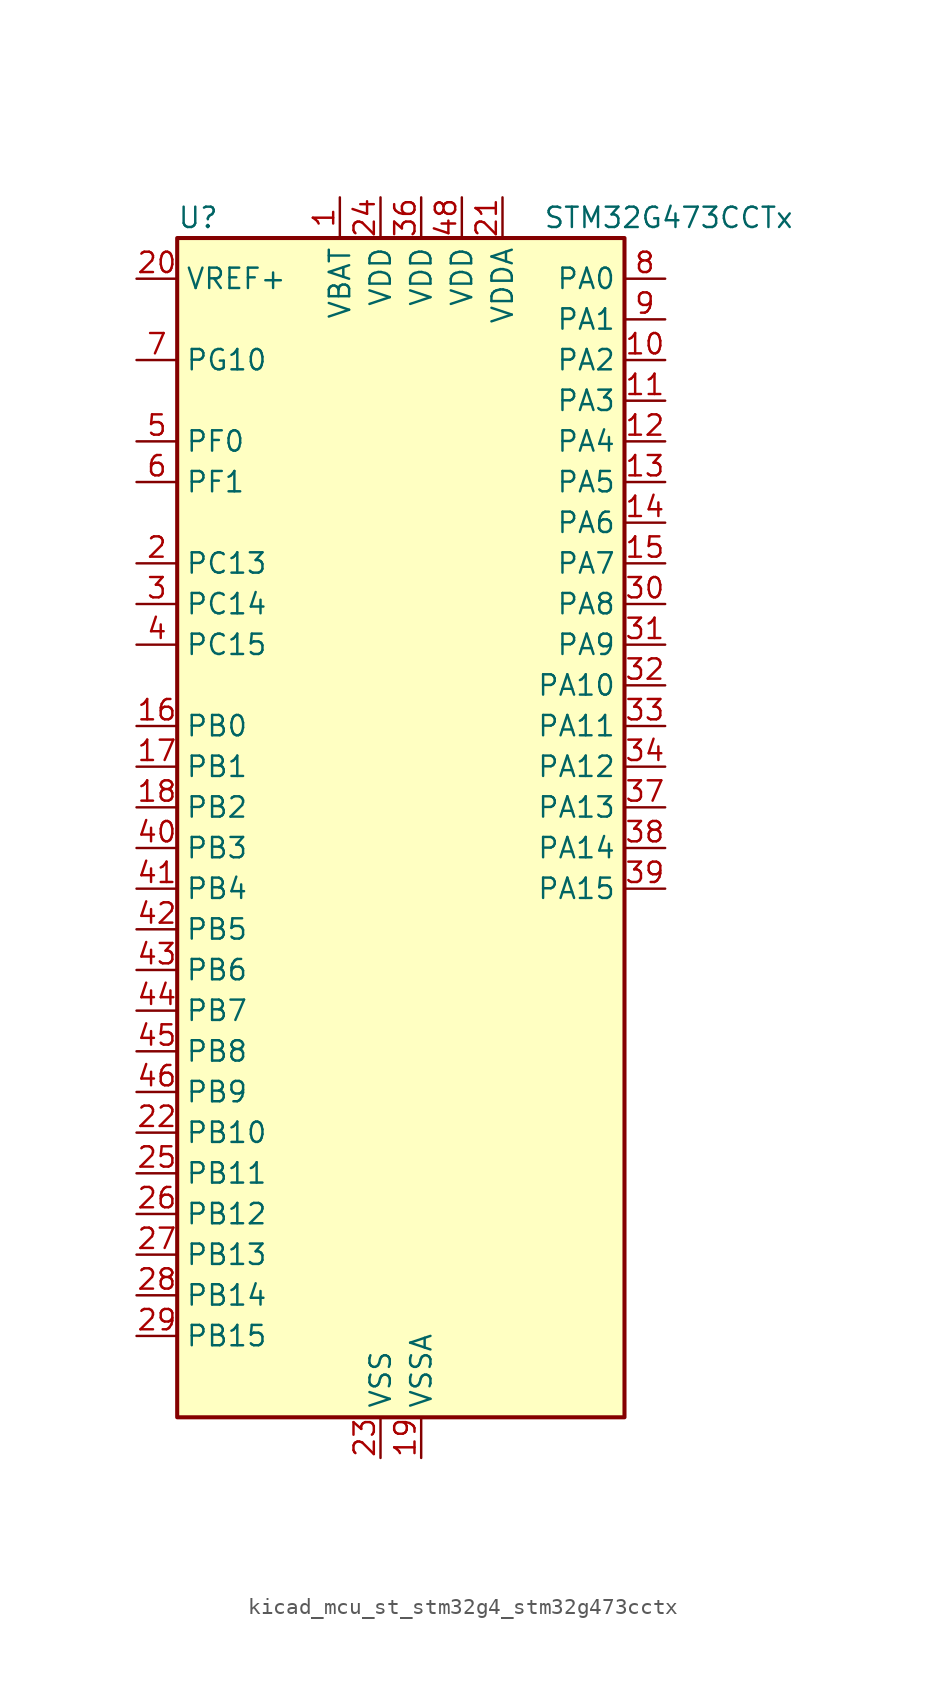
<source format=kicad_sym>
(kicad_symbol_lib
  (version 20220914)
  (generator kicad_symbol_editor)
  (symbol "kicad_mcu_st_stm32g4_stm32g473cctx"
    (property "Reference" "U"
      (at -12.7 39.37 0)
      (effects (font (size 1.27 1.27)) (justify left)))
    (property "Value" "STM32G473CCTx"
      (at 10.16 39.37 0)
      (effects (font (size 1.27 1.27)) (justify left)))
    (property "ki_locked" ""
      (at 0 0 0)
      (effects (font (size 1.27 1.27))))
    (symbol "kicad_mcu_st_stm32g4_stm32g473cctx_0_1"
      (rectangle (start -12.7 -35.56) (end 15.24 38.1) (stroke (width 0.254) (type default)) (fill (type background))))
    (symbol "kicad_mcu_st_stm32g4_stm32g473cctx_1_1"
      (pin power_in line (at -2.54 40.64 270) (length 2.54) (name "VBAT" (effects (font (size 1.27 1.27)))) (number "1" (effects (font (size 1.27 1.27)))))
      (pin bidirectional line (at 17.78 30.48 180) (length 2.54) (name "PA2" (effects (font (size 1.27 1.27)))) (number "10" (effects (font (size 1.27 1.27)))) (alternate "ADC1_IN3" bidirectional line) (alternate "ADC3_EXTI2" bidirectional line) (alternate "ADC4_EXTI2" bidirectional line) (alternate "ADC5_EXTI2" bidirectional line) (alternate "COMP2_INM" bidirectional line) (alternate "COMP2_OUT" bidirectional line) (alternate "LPUART1_TX" bidirectional line) (alternate "OPAMP1_VOUT" bidirectional line) (alternate "QUADSPI1_BK1_NCS" bidirectional line) (alternate "RCC_LSCO" bidirectional line) (alternate "SYS_WKUP4" bidirectional line) (alternate "TIM15_CH1" bidirectional line) (alternate "TIM2_CH3" bidirectional line) (alternate "TIM5_CH3" bidirectional line) (alternate "UCPD1_FRSTX1" bidirectional line) (alternate "UCPD1_FRSTX2" bidirectional line) (alternate "USART2_TX" bidirectional line))
      (pin bidirectional line (at 17.78 27.94 180) (length 2.54) (name "PA3" (effects (font (size 1.27 1.27)))) (number "11" (effects (font (size 1.27 1.27)))) (alternate "ADC1_IN4" bidirectional line) (alternate "ADC3_EXTI3" bidirectional line) (alternate "ADC4_EXTI3" bidirectional line) (alternate "ADC5_EXTI3" bidirectional line) (alternate "COMP2_INP" bidirectional line) (alternate "LPUART1_RX" bidirectional line) (alternate "OPAMP1_VINM" bidirectional line) (alternate "OPAMP1_VINM0" bidirectional line) (alternate "OPAMP1_VINM_SEC" bidirectional line) (alternate "OPAMP1_VINP" bidirectional line) (alternate "OPAMP1_VINP_SEC" bidirectional line) (alternate "OPAMP5_VINM" bidirectional line) (alternate "OPAMP5_VINM1" bidirectional line) (alternate "OPAMP5_VINM_SEC" bidirectional line) (alternate "QUADSPI1_CLK" bidirectional line) (alternate "SAI1_CK1" bidirectional line) (alternate "SAI1_MCLK_A" bidirectional line) (alternate "TIM15_CH2" bidirectional line) (alternate "TIM2_CH4" bidirectional line) (alternate "TIM5_CH4" bidirectional line) (alternate "USART2_RX" bidirectional line))
      (pin bidirectional line (at 17.78 25.4 180) (length 2.54) (name "PA4" (effects (font (size 1.27 1.27)))) (number "12" (effects (font (size 1.27 1.27)))) (alternate "ADC2_IN17" bidirectional line) (alternate "COMP1_INM" bidirectional line) (alternate "DAC1_OUT1" bidirectional line) (alternate "I2S3_WS" bidirectional line) (alternate "SAI1_FS_B" bidirectional line) (alternate "SPI1_NSS" bidirectional line) (alternate "SPI3_NSS" bidirectional line) (alternate "TIM3_CH2" bidirectional line) (alternate "USART2_CK" bidirectional line))
      (pin bidirectional line (at 17.78 22.86 180) (length 2.54) (name "PA5" (effects (font (size 1.27 1.27)))) (number "13" (effects (font (size 1.27 1.27)))) (alternate "ADC2_IN13" bidirectional line) (alternate "COMP2_INM" bidirectional line) (alternate "DAC1_OUT2" bidirectional line) (alternate "OPAMP2_VINM" bidirectional line) (alternate "OPAMP2_VINM0" bidirectional line) (alternate "OPAMP2_VINM_SEC" bidirectional line) (alternate "SPI1_SCK" bidirectional line) (alternate "TIM2_CH1" bidirectional line) (alternate "TIM2_ETR" bidirectional line) (alternate "UCPD1_FRSTX1" bidirectional line) (alternate "UCPD1_FRSTX2" bidirectional line))
      (pin bidirectional line (at 17.78 20.32 180) (length 2.54) (name "PA6" (effects (font (size 1.27 1.27)))) (number "14" (effects (font (size 1.27 1.27)))) (alternate "ADC2_IN3" bidirectional line) (alternate "COMP1_OUT" bidirectional line) (alternate "DAC2_OUT1" bidirectional line) (alternate "LPUART1_CTS" bidirectional line) (alternate "OPAMP2_VOUT" bidirectional line) (alternate "QUADSPI1_BK1_IO3" bidirectional line) (alternate "SPI1_MISO" bidirectional line) (alternate "TIM16_CH1" bidirectional line) (alternate "TIM1_BKIN" bidirectional line) (alternate "TIM3_CH1" bidirectional line) (alternate "TIM8_BKIN" bidirectional line))
      (pin bidirectional line (at 17.78 17.78 180) (length 2.54) (name "PA7" (effects (font (size 1.27 1.27)))) (number "15" (effects (font (size 1.27 1.27)))) (alternate "ADC2_IN4" bidirectional line) (alternate "COMP2_INP" bidirectional line) (alternate "COMP2_OUT" bidirectional line) (alternate "OPAMP1_VINP" bidirectional line) (alternate "OPAMP1_VINP_SEC" bidirectional line) (alternate "OPAMP2_VINP" bidirectional line) (alternate "OPAMP2_VINP_SEC" bidirectional line) (alternate "QUADSPI1_BK1_IO2" bidirectional line) (alternate "SPI1_MOSI" bidirectional line) (alternate "TIM17_CH1" bidirectional line) (alternate "TIM1_CH1N" bidirectional line) (alternate "TIM3_CH2" bidirectional line) (alternate "TIM8_CH1N" bidirectional line) (alternate "UCPD1_FRSTX1" bidirectional line) (alternate "UCPD1_FRSTX2" bidirectional line))
      (pin bidirectional line (at -15.24 7.62 0) (length 2.54) (name "PB0" (effects (font (size 1.27 1.27)))) (number "16" (effects (font (size 1.27 1.27)))) (alternate "ADC1_IN15" bidirectional line) (alternate "ADC3_IN12" bidirectional line) (alternate "COMP4_INP" bidirectional line) (alternate "OPAMP2_VINP" bidirectional line) (alternate "OPAMP2_VINP_SEC" bidirectional line) (alternate "OPAMP3_VINP" bidirectional line) (alternate "OPAMP3_VINP_SEC" bidirectional line) (alternate "QUADSPI1_BK1_IO1" bidirectional line) (alternate "TIM1_CH2N" bidirectional line) (alternate "TIM3_CH3" bidirectional line) (alternate "TIM8_CH2N" bidirectional line) (alternate "UCPD1_FRSTX1" bidirectional line) (alternate "UCPD1_FRSTX2" bidirectional line))
      (pin bidirectional line (at -15.24 5.08 0) (length 2.54) (name "PB1" (effects (font (size 1.27 1.27)))) (number "17" (effects (font (size 1.27 1.27)))) (alternate "ADC1_IN12" bidirectional line) (alternate "ADC3_IN1" bidirectional line) (alternate "COMP1_INP" bidirectional line) (alternate "COMP4_OUT" bidirectional line) (alternate "LPUART1_DE" bidirectional line) (alternate "LPUART1_RTS" bidirectional line) (alternate "OPAMP3_VOUT" bidirectional line) (alternate "OPAMP6_VINM" bidirectional line) (alternate "OPAMP6_VINM1" bidirectional line) (alternate "OPAMP6_VINM_SEC" bidirectional line) (alternate "QUADSPI1_BK1_IO0" bidirectional line) (alternate "TIM1_CH3N" bidirectional line) (alternate "TIM3_CH4" bidirectional line) (alternate "TIM8_CH3N" bidirectional line))
      (pin bidirectional line (at -15.24 2.54 0) (length 2.54) (name "PB2" (effects (font (size 1.27 1.27)))) (number "18" (effects (font (size 1.27 1.27)))) (alternate "ADC2_IN12" bidirectional line) (alternate "ADC3_EXTI2" bidirectional line) (alternate "ADC4_EXTI2" bidirectional line) (alternate "ADC5_EXTI2" bidirectional line) (alternate "COMP4_INM" bidirectional line) (alternate "I2C3_SMBA" bidirectional line) (alternate "LPTIM1_OUT" bidirectional line) (alternate "OPAMP3_VINM" bidirectional line) (alternate "OPAMP3_VINM0" bidirectional line) (alternate "OPAMP3_VINM_SEC" bidirectional line) (alternate "QUADSPI1_BK2_IO1" bidirectional line) (alternate "RTC_OUT2" bidirectional line) (alternate "TIM20_CH1" bidirectional line) (alternate "TIM5_CH1" bidirectional line))
      (pin power_in line (at 2.54 -38.1 90) (length 2.54) (name "VSSA" (effects (font (size 1.27 1.27)))) (number "19" (effects (font (size 1.27 1.27)))))
      (pin bidirectional line (at -15.24 17.78 0) (length 2.54) (name "PC13" (effects (font (size 1.27 1.27)))) (number "2" (effects (font (size 1.27 1.27)))) (alternate "RTC_OUT1" bidirectional line) (alternate "RTC_TAMP1" bidirectional line) (alternate "RTC_TS" bidirectional line) (alternate "SYS_WKUP2" bidirectional line) (alternate "TIM1_BKIN" bidirectional line) (alternate "TIM1_CH1N" bidirectional line) (alternate "TIM8_CH4N" bidirectional line))
      (pin input line (at -15.24 35.56 0) (length 2.54) (name "VREF+" (effects (font (size 1.27 1.27)))) (number "20" (effects (font (size 1.27 1.27)))) (alternate "VREFBUF_OUT" bidirectional line))
      (pin power_in line (at 7.62 40.64 270) (length 2.54) (name "VDDA" (effects (font (size 1.27 1.27)))) (number "21" (effects (font (size 1.27 1.27)))))
      (pin bidirectional line (at -15.24 -17.78 0) (length 2.54) (name "PB10" (effects (font (size 1.27 1.27)))) (number "22" (effects (font (size 1.27 1.27)))) (alternate "COMP5_INM" bidirectional line) (alternate "DAC1_EXTI10" bidirectional line) (alternate "DAC2_EXTI10" bidirectional line) (alternate "DAC3_EXTI10" bidirectional line) (alternate "DAC4_EXTI10" bidirectional line) (alternate "LPUART1_RX" bidirectional line) (alternate "OPAMP3_VINM" bidirectional line) (alternate "OPAMP3_VINM1" bidirectional line) (alternate "OPAMP3_VINM_SEC" bidirectional line) (alternate "OPAMP4_VINM" bidirectional line) (alternate "OPAMP4_VINM0" bidirectional line) (alternate "OPAMP4_VINM_SEC" bidirectional line) (alternate "QUADSPI1_CLK" bidirectional line) (alternate "SAI1_SCK_A" bidirectional line) (alternate "TIM1_BKIN" bidirectional line) (alternate "TIM2_CH3" bidirectional line) (alternate "USART3_TX" bidirectional line))
      (pin power_in line (at 0 -38.1 90) (length 2.54) (name "VSS" (effects (font (size 1.27 1.27)))) (number "23" (effects (font (size 1.27 1.27)))))
      (pin power_in line (at 0 40.64 270) (length 2.54) (name "VDD" (effects (font (size 1.27 1.27)))) (number "24" (effects (font (size 1.27 1.27)))))
      (pin bidirectional line (at -15.24 -20.32 0) (length 2.54) (name "PB11" (effects (font (size 1.27 1.27)))) (number "25" (effects (font (size 1.27 1.27)))) (alternate "ADC1_EXTI11" bidirectional line) (alternate "ADC1_IN14" bidirectional line) (alternate "ADC2_EXTI11" bidirectional line) (alternate "ADC2_IN14" bidirectional line) (alternate "COMP6_INP" bidirectional line) (alternate "LPUART1_TX" bidirectional line) (alternate "OPAMP4_VINP" bidirectional line) (alternate "OPAMP4_VINP_SEC" bidirectional line) (alternate "OPAMP6_VOUT" bidirectional line) (alternate "QUADSPI1_BK1_NCS" bidirectional line) (alternate "TIM2_CH4" bidirectional line) (alternate "USART3_RX" bidirectional line))
      (pin bidirectional line (at -15.24 -22.86 0) (length 2.54) (name "PB12" (effects (font (size 1.27 1.27)))) (number "26" (effects (font (size 1.27 1.27)))) (alternate "ADC1_IN11" bidirectional line) (alternate "ADC4_IN3" bidirectional line) (alternate "COMP7_INM" bidirectional line) (alternate "FDCAN2_RX" bidirectional line) (alternate "I2C2_SMBA" bidirectional line) (alternate "I2S2_WS" bidirectional line) (alternate "LPUART1_DE" bidirectional line) (alternate "LPUART1_RTS" bidirectional line) (alternate "OPAMP4_VOUT" bidirectional line) (alternate "OPAMP6_VINP" bidirectional line) (alternate "OPAMP6_VINP_SEC" bidirectional line) (alternate "SPI2_NSS" bidirectional line) (alternate "TIM1_BKIN" bidirectional line) (alternate "TIM5_ETR" bidirectional line) (alternate "USART3_CK" bidirectional line))
      (pin bidirectional line (at -15.24 -25.4 0) (length 2.54) (name "PB13" (effects (font (size 1.27 1.27)))) (number "27" (effects (font (size 1.27 1.27)))) (alternate "ADC3_IN5" bidirectional line) (alternate "COMP5_INP" bidirectional line) (alternate "FDCAN2_TX" bidirectional line) (alternate "I2S2_CK" bidirectional line) (alternate "LPUART1_CTS" bidirectional line) (alternate "OPAMP3_VINP" bidirectional line) (alternate "OPAMP3_VINP_SEC" bidirectional line) (alternate "OPAMP4_VINP" bidirectional line) (alternate "OPAMP4_VINP_SEC" bidirectional line) (alternate "OPAMP6_VINP" bidirectional line) (alternate "OPAMP6_VINP_SEC" bidirectional line) (alternate "SPI2_SCK" bidirectional line) (alternate "TIM1_CH1N" bidirectional line) (alternate "USART3_CTS" bidirectional line) (alternate "USART3_NSS" bidirectional line))
      (pin bidirectional line (at -15.24 -27.94 0) (length 2.54) (name "PB14" (effects (font (size 1.27 1.27)))) (number "28" (effects (font (size 1.27 1.27)))) (alternate "ADC1_IN5" bidirectional line) (alternate "ADC4_IN4" bidirectional line) (alternate "COMP4_OUT" bidirectional line) (alternate "COMP7_INP" bidirectional line) (alternate "OPAMP2_VINP" bidirectional line) (alternate "OPAMP2_VINP_SEC" bidirectional line) (alternate "OPAMP5_VINP" bidirectional line) (alternate "OPAMP5_VINP_SEC" bidirectional line) (alternate "SPI2_MISO" bidirectional line) (alternate "TIM15_CH1" bidirectional line) (alternate "TIM1_CH2N" bidirectional line) (alternate "USART3_DE" bidirectional line) (alternate "USART3_RTS" bidirectional line))
      (pin bidirectional line (at -15.24 -30.48 0) (length 2.54) (name "PB15" (effects (font (size 1.27 1.27)))) (number "29" (effects (font (size 1.27 1.27)))) (alternate "ADC1_EXTI15" bidirectional line) (alternate "ADC2_EXTI15" bidirectional line) (alternate "ADC2_IN15" bidirectional line) (alternate "ADC4_IN5" bidirectional line) (alternate "COMP3_OUT" bidirectional line) (alternate "COMP6_INM" bidirectional line) (alternate "I2S2_SD" bidirectional line) (alternate "OPAMP5_VINM" bidirectional line) (alternate "OPAMP5_VINM0" bidirectional line) (alternate "OPAMP5_VINM_SEC" bidirectional line) (alternate "RTC_REFIN" bidirectional line) (alternate "SPI2_MOSI" bidirectional line) (alternate "TIM15_CH1N" bidirectional line) (alternate "TIM15_CH2" bidirectional line) (alternate "TIM1_CH3N" bidirectional line))
      (pin bidirectional line (at -15.24 15.24 0) (length 2.54) (name "PC14" (effects (font (size 1.27 1.27)))) (number "3" (effects (font (size 1.27 1.27)))) (alternate "RCC_OSC32_IN" bidirectional line))
      (pin bidirectional line (at 17.78 15.24 180) (length 2.54) (name "PA8" (effects (font (size 1.27 1.27)))) (number "30" (effects (font (size 1.27 1.27)))) (alternate "ADC5_IN1" bidirectional line) (alternate "COMP7_OUT" bidirectional line) (alternate "FDCAN3_RX" bidirectional line) (alternate "I2C2_SDA" bidirectional line) (alternate "I2C3_SCL" bidirectional line) (alternate "I2S2_MCK" bidirectional line) (alternate "OPAMP5_VOUT" bidirectional line) (alternate "RCC_MCO" bidirectional line) (alternate "SAI1_CK2" bidirectional line) (alternate "SAI1_SCK_A" bidirectional line) (alternate "TIM1_CH1" bidirectional line) (alternate "TIM4_ETR" bidirectional line) (alternate "USART1_CK" bidirectional line))
      (pin bidirectional line (at 17.78 12.7 180) (length 2.54) (name "PA9" (effects (font (size 1.27 1.27)))) (number "31" (effects (font (size 1.27 1.27)))) (alternate "ADC5_IN2" bidirectional line) (alternate "COMP5_OUT" bidirectional line) (alternate "DAC1_EXTI9" bidirectional line) (alternate "DAC2_EXTI9" bidirectional line) (alternate "DAC3_EXTI9" bidirectional line) (alternate "DAC4_EXTI9" bidirectional line) (alternate "I2C2_SCL" bidirectional line) (alternate "I2C3_SMBA" bidirectional line) (alternate "I2S3_MCK" bidirectional line) (alternate "SAI1_FS_A" bidirectional line) (alternate "TIM15_BKIN" bidirectional line) (alternate "TIM1_CH2" bidirectional line) (alternate "TIM2_CH3" bidirectional line) (alternate "UCPD1_DBCC1" bidirectional line) (alternate "USART1_TX" bidirectional line))
      (pin bidirectional line (at 17.78 10.16 180) (length 2.54) (name "PA10" (effects (font (size 1.27 1.27)))) (number "32" (effects (font (size 1.27 1.27)))) (alternate "COMP6_OUT" bidirectional line) (alternate "CRS_SYNC" bidirectional line) (alternate "DAC1_EXTI10" bidirectional line) (alternate "DAC2_EXTI10" bidirectional line) (alternate "DAC3_EXTI10" bidirectional line) (alternate "DAC4_EXTI10" bidirectional line) (alternate "I2C2_SMBA" bidirectional line) (alternate "SAI1_D1" bidirectional line) (alternate "SAI1_SD_A" bidirectional line) (alternate "SPI2_MISO" bidirectional line) (alternate "TIM17_BKIN" bidirectional line) (alternate "TIM1_CH3" bidirectional line) (alternate "TIM2_CH4" bidirectional line) (alternate "TIM8_BKIN" bidirectional line) (alternate "UCPD1_DBCC2" bidirectional line) (alternate "USART1_RX" bidirectional line))
      (pin bidirectional line (at 17.78 7.62 180) (length 2.54) (name "PA11" (effects (font (size 1.27 1.27)))) (number "33" (effects (font (size 1.27 1.27)))) (alternate "ADC1_EXTI11" bidirectional line) (alternate "ADC2_EXTI11" bidirectional line) (alternate "COMP1_OUT" bidirectional line) (alternate "FDCAN1_RX" bidirectional line) (alternate "I2S2_SD" bidirectional line) (alternate "SPI2_MOSI" bidirectional line) (alternate "TIM1_BKIN2" bidirectional line) (alternate "TIM1_CH1N" bidirectional line) (alternate "TIM1_CH4" bidirectional line) (alternate "TIM4_CH1" bidirectional line) (alternate "USART1_CTS" bidirectional line) (alternate "USART1_NSS" bidirectional line) (alternate "USB_DM" bidirectional line))
      (pin bidirectional line (at 17.78 5.08 180) (length 2.54) (name "PA12" (effects (font (size 1.27 1.27)))) (number "34" (effects (font (size 1.27 1.27)))) (alternate "COMP2_OUT" bidirectional line) (alternate "FDCAN1_TX" bidirectional line) (alternate "I2S_CKIN" bidirectional line) (alternate "TIM16_CH1" bidirectional line) (alternate "TIM1_CH2N" bidirectional line) (alternate "TIM1_ETR" bidirectional line) (alternate "TIM4_CH2" bidirectional line) (alternate "USART1_DE" bidirectional line) (alternate "USART1_RTS" bidirectional line) (alternate "USB_DP" bidirectional line))
      (pin passive line (at 0 -38.1 90) (length 2.54) hide (name "VSS" (effects (font (size 1.27 1.27)))) (number "35" (effects (font (size 1.27 1.27)))))
      (pin power_in line (at 2.54 40.64 270) (length 2.54) (name "VDD" (effects (font (size 1.27 1.27)))) (number "36" (effects (font (size 1.27 1.27)))))
      (pin bidirectional line (at 17.78 2.54 180) (length 2.54) (name "PA13" (effects (font (size 1.27 1.27)))) (number "37" (effects (font (size 1.27 1.27)))) (alternate "I2C1_SCL" bidirectional line) (alternate "I2C4_SCL" bidirectional line) (alternate "IR_OUT" bidirectional line) (alternate "SAI1_SD_B" bidirectional line) (alternate "SYS_JTMS-SWDIO" bidirectional line) (alternate "TIM16_CH1N" bidirectional line) (alternate "TIM4_CH3" bidirectional line) (alternate "USART3_CTS" bidirectional line) (alternate "USART3_NSS" bidirectional line))
      (pin bidirectional line (at 17.78 0 180) (length 2.54) (name "PA14" (effects (font (size 1.27 1.27)))) (number "38" (effects (font (size 1.27 1.27)))) (alternate "I2C1_SDA" bidirectional line) (alternate "I2C4_SMBA" bidirectional line) (alternate "LPTIM1_OUT" bidirectional line) (alternate "SAI1_FS_B" bidirectional line) (alternate "SYS_JTCK-SWCLK" bidirectional line) (alternate "TIM1_BKIN" bidirectional line) (alternate "TIM8_CH2" bidirectional line) (alternate "USART2_TX" bidirectional line))
      (pin bidirectional line (at 17.78 -2.54 180) (length 2.54) (name "PA15" (effects (font (size 1.27 1.27)))) (number "39" (effects (font (size 1.27 1.27)))) (alternate "ADC1_EXTI15" bidirectional line) (alternate "ADC2_EXTI15" bidirectional line) (alternate "FDCAN3_TX" bidirectional line) (alternate "I2C1_SCL" bidirectional line) (alternate "I2S3_WS" bidirectional line) (alternate "SPI1_NSS" bidirectional line) (alternate "SPI3_NSS" bidirectional line) (alternate "SYS_JTDI" bidirectional line) (alternate "TIM1_BKIN" bidirectional line) (alternate "TIM2_CH1" bidirectional line) (alternate "TIM2_ETR" bidirectional line) (alternate "TIM8_CH1" bidirectional line) (alternate "USART2_RX" bidirectional line))
      (pin bidirectional line (at -15.24 12.7 0) (length 2.54) (name "PC15" (effects (font (size 1.27 1.27)))) (number "4" (effects (font (size 1.27 1.27)))) (alternate "ADC1_EXTI15" bidirectional line) (alternate "ADC2_EXTI15" bidirectional line) (alternate "RCC_OSC32_OUT" bidirectional line))
      (pin bidirectional line (at -15.24 0 0) (length 2.54) (name "PB3" (effects (font (size 1.27 1.27)))) (number "40" (effects (font (size 1.27 1.27)))) (alternate "ADC3_EXTI3" bidirectional line) (alternate "ADC4_EXTI3" bidirectional line) (alternate "ADC5_EXTI3" bidirectional line) (alternate "CRS_SYNC" bidirectional line) (alternate "FDCAN3_RX" bidirectional line) (alternate "I2S3_CK" bidirectional line) (alternate "SAI1_SCK_B" bidirectional line) (alternate "SPI1_SCK" bidirectional line) (alternate "SPI3_SCK" bidirectional line) (alternate "SYS_JTDO-SWO" bidirectional line) (alternate "TIM2_CH2" bidirectional line) (alternate "TIM3_ETR" bidirectional line) (alternate "TIM4_ETR" bidirectional line) (alternate "TIM8_CH1N" bidirectional line) (alternate "USART2_TX" bidirectional line))
      (pin bidirectional line (at -15.24 -2.54 0) (length 2.54) (name "PB4" (effects (font (size 1.27 1.27)))) (number "41" (effects (font (size 1.27 1.27)))) (alternate "FDCAN3_TX" bidirectional line) (alternate "SAI1_MCLK_B" bidirectional line) (alternate "SPI1_MISO" bidirectional line) (alternate "SPI3_MISO" bidirectional line) (alternate "SYS_JTRST" bidirectional line) (alternate "TIM16_CH1" bidirectional line) (alternate "TIM17_BKIN" bidirectional line) (alternate "TIM3_CH1" bidirectional line) (alternate "TIM8_CH2N" bidirectional line) (alternate "UCPD1_CC2" bidirectional line) (alternate "USART2_RX" bidirectional line))
      (pin bidirectional line (at -15.24 -5.08 0) (length 2.54) (name "PB5" (effects (font (size 1.27 1.27)))) (number "42" (effects (font (size 1.27 1.27)))) (alternate "FDCAN2_RX" bidirectional line) (alternate "I2C1_SMBA" bidirectional line) (alternate "I2C3_SDA" bidirectional line) (alternate "I2S3_SD" bidirectional line) (alternate "LPTIM1_IN1" bidirectional line) (alternate "SAI1_SD_B" bidirectional line) (alternate "SPI1_MOSI" bidirectional line) (alternate "SPI3_MOSI" bidirectional line) (alternate "TIM16_BKIN" bidirectional line) (alternate "TIM17_CH1" bidirectional line) (alternate "TIM3_CH2" bidirectional line) (alternate "TIM8_CH3N" bidirectional line) (alternate "USART2_CK" bidirectional line))
      (pin bidirectional line (at -15.24 -7.62 0) (length 2.54) (name "PB6" (effects (font (size 1.27 1.27)))) (number "43" (effects (font (size 1.27 1.27)))) (alternate "COMP4_OUT" bidirectional line) (alternate "FDCAN2_TX" bidirectional line) (alternate "LPTIM1_ETR" bidirectional line) (alternate "SAI1_FS_B" bidirectional line) (alternate "TIM16_CH1N" bidirectional line) (alternate "TIM4_CH1" bidirectional line) (alternate "TIM8_BKIN2" bidirectional line) (alternate "TIM8_CH1" bidirectional line) (alternate "TIM8_ETR" bidirectional line) (alternate "UCPD1_CC1" bidirectional line) (alternate "USART1_TX" bidirectional line))
      (pin bidirectional line (at -15.24 -10.16 0) (length 2.54) (name "PB7" (effects (font (size 1.27 1.27)))) (number "44" (effects (font (size 1.27 1.27)))) (alternate "COMP3_OUT" bidirectional line) (alternate "I2C1_SDA" bidirectional line) (alternate "I2C4_SDA" bidirectional line) (alternate "LPTIM1_IN2" bidirectional line) (alternate "SYS_PVD_IN" bidirectional line) (alternate "TIM17_CH1N" bidirectional line) (alternate "TIM3_CH4" bidirectional line) (alternate "TIM4_CH2" bidirectional line) (alternate "TIM8_BKIN" bidirectional line) (alternate "USART1_RX" bidirectional line))
      (pin bidirectional line (at -15.24 -12.7 0) (length 2.54) (name "PB8" (effects (font (size 1.27 1.27)))) (number "45" (effects (font (size 1.27 1.27)))) (alternate "COMP1_OUT" bidirectional line) (alternate "FDCAN1_RX" bidirectional line) (alternate "I2C1_SCL" bidirectional line) (alternate "SAI1_CK1" bidirectional line) (alternate "SAI1_MCLK_A" bidirectional line) (alternate "TIM16_CH1" bidirectional line) (alternate "TIM1_BKIN" bidirectional line) (alternate "TIM4_CH3" bidirectional line) (alternate "TIM8_CH2" bidirectional line) (alternate "USART3_RX" bidirectional line))
      (pin bidirectional line (at -15.24 -15.24 0) (length 2.54) (name "PB9" (effects (font (size 1.27 1.27)))) (number "46" (effects (font (size 1.27 1.27)))) (alternate "COMP2_OUT" bidirectional line) (alternate "DAC1_EXTI9" bidirectional line) (alternate "DAC2_EXTI9" bidirectional line) (alternate "DAC3_EXTI9" bidirectional line) (alternate "DAC4_EXTI9" bidirectional line) (alternate "FDCAN1_TX" bidirectional line) (alternate "I2C1_SDA" bidirectional line) (alternate "IR_OUT" bidirectional line) (alternate "SAI1_D2" bidirectional line) (alternate "SAI1_FS_A" bidirectional line) (alternate "TIM17_CH1" bidirectional line) (alternate "TIM1_CH3N" bidirectional line) (alternate "TIM4_CH4" bidirectional line) (alternate "TIM8_CH3" bidirectional line) (alternate "USART3_TX" bidirectional line))
      (pin passive line (at 0 -38.1 90) (length 2.54) hide (name "VSS" (effects (font (size 1.27 1.27)))) (number "47" (effects (font (size 1.27 1.27)))))
      (pin power_in line (at 5.08 40.64 270) (length 2.54) (name "VDD" (effects (font (size 1.27 1.27)))) (number "48" (effects (font (size 1.27 1.27)))))
      (pin bidirectional line (at -15.24 25.4 0) (length 2.54) (name "PF0" (effects (font (size 1.27 1.27)))) (number "5" (effects (font (size 1.27 1.27)))) (alternate "ADC1_IN10" bidirectional line) (alternate "I2C2_SDA" bidirectional line) (alternate "I2S2_WS" bidirectional line) (alternate "RCC_OSC_IN" bidirectional line) (alternate "SPI2_NSS" bidirectional line) (alternate "TIM1_CH3N" bidirectional line))
      (pin bidirectional line (at -15.24 22.86 0) (length 2.54) (name "PF1" (effects (font (size 1.27 1.27)))) (number "6" (effects (font (size 1.27 1.27)))) (alternate "ADC2_IN10" bidirectional line) (alternate "COMP3_INM" bidirectional line) (alternate "I2S2_CK" bidirectional line) (alternate "RCC_OSC_OUT" bidirectional line) (alternate "SPI2_SCK" bidirectional line))
      (pin bidirectional line (at -15.24 30.48 0) (length 2.54) (name "PG10" (effects (font (size 1.27 1.27)))) (number "7" (effects (font (size 1.27 1.27)))) (alternate "DAC1_EXTI10" bidirectional line) (alternate "DAC2_EXTI10" bidirectional line) (alternate "DAC3_EXTI10" bidirectional line) (alternate "DAC4_EXTI10" bidirectional line) (alternate "RCC_MCO" bidirectional line))
      (pin bidirectional line (at 17.78 35.56 180) (length 2.54) (name "PA0" (effects (font (size 1.27 1.27)))) (number "8" (effects (font (size 1.27 1.27)))) (alternate "ADC1_IN1" bidirectional line) (alternate "ADC2_IN1" bidirectional line) (alternate "COMP1_INM" bidirectional line) (alternate "COMP1_OUT" bidirectional line) (alternate "COMP3_INP" bidirectional line) (alternate "RTC_TAMP2" bidirectional line) (alternate "SYS_WKUP1" bidirectional line) (alternate "TIM2_CH1" bidirectional line) (alternate "TIM2_ETR" bidirectional line) (alternate "TIM5_CH1" bidirectional line) (alternate "TIM8_BKIN" bidirectional line) (alternate "TIM8_ETR" bidirectional line) (alternate "USART2_CTS" bidirectional line) (alternate "USART2_NSS" bidirectional line))
      (pin bidirectional line (at 17.78 33.02 180) (length 2.54) (name "PA1" (effects (font (size 1.27 1.27)))) (number "9" (effects (font (size 1.27 1.27)))) (alternate "ADC1_IN2" bidirectional line) (alternate "ADC2_IN2" bidirectional line) (alternate "COMP1_INP" bidirectional line) (alternate "OPAMP1_VINP" bidirectional line) (alternate "OPAMP1_VINP_SEC" bidirectional line) (alternate "OPAMP3_VINP" bidirectional line) (alternate "OPAMP3_VINP_SEC" bidirectional line) (alternate "OPAMP6_VINM" bidirectional line) (alternate "OPAMP6_VINM0" bidirectional line) (alternate "OPAMP6_VINM_SEC" bidirectional line) (alternate "RTC_REFIN" bidirectional line) (alternate "TIM15_CH1N" bidirectional line) (alternate "TIM2_CH2" bidirectional line) (alternate "TIM5_CH2" bidirectional line) (alternate "USART2_DE" bidirectional line) (alternate "USART2_RTS" bidirectional line)))))
</source>
